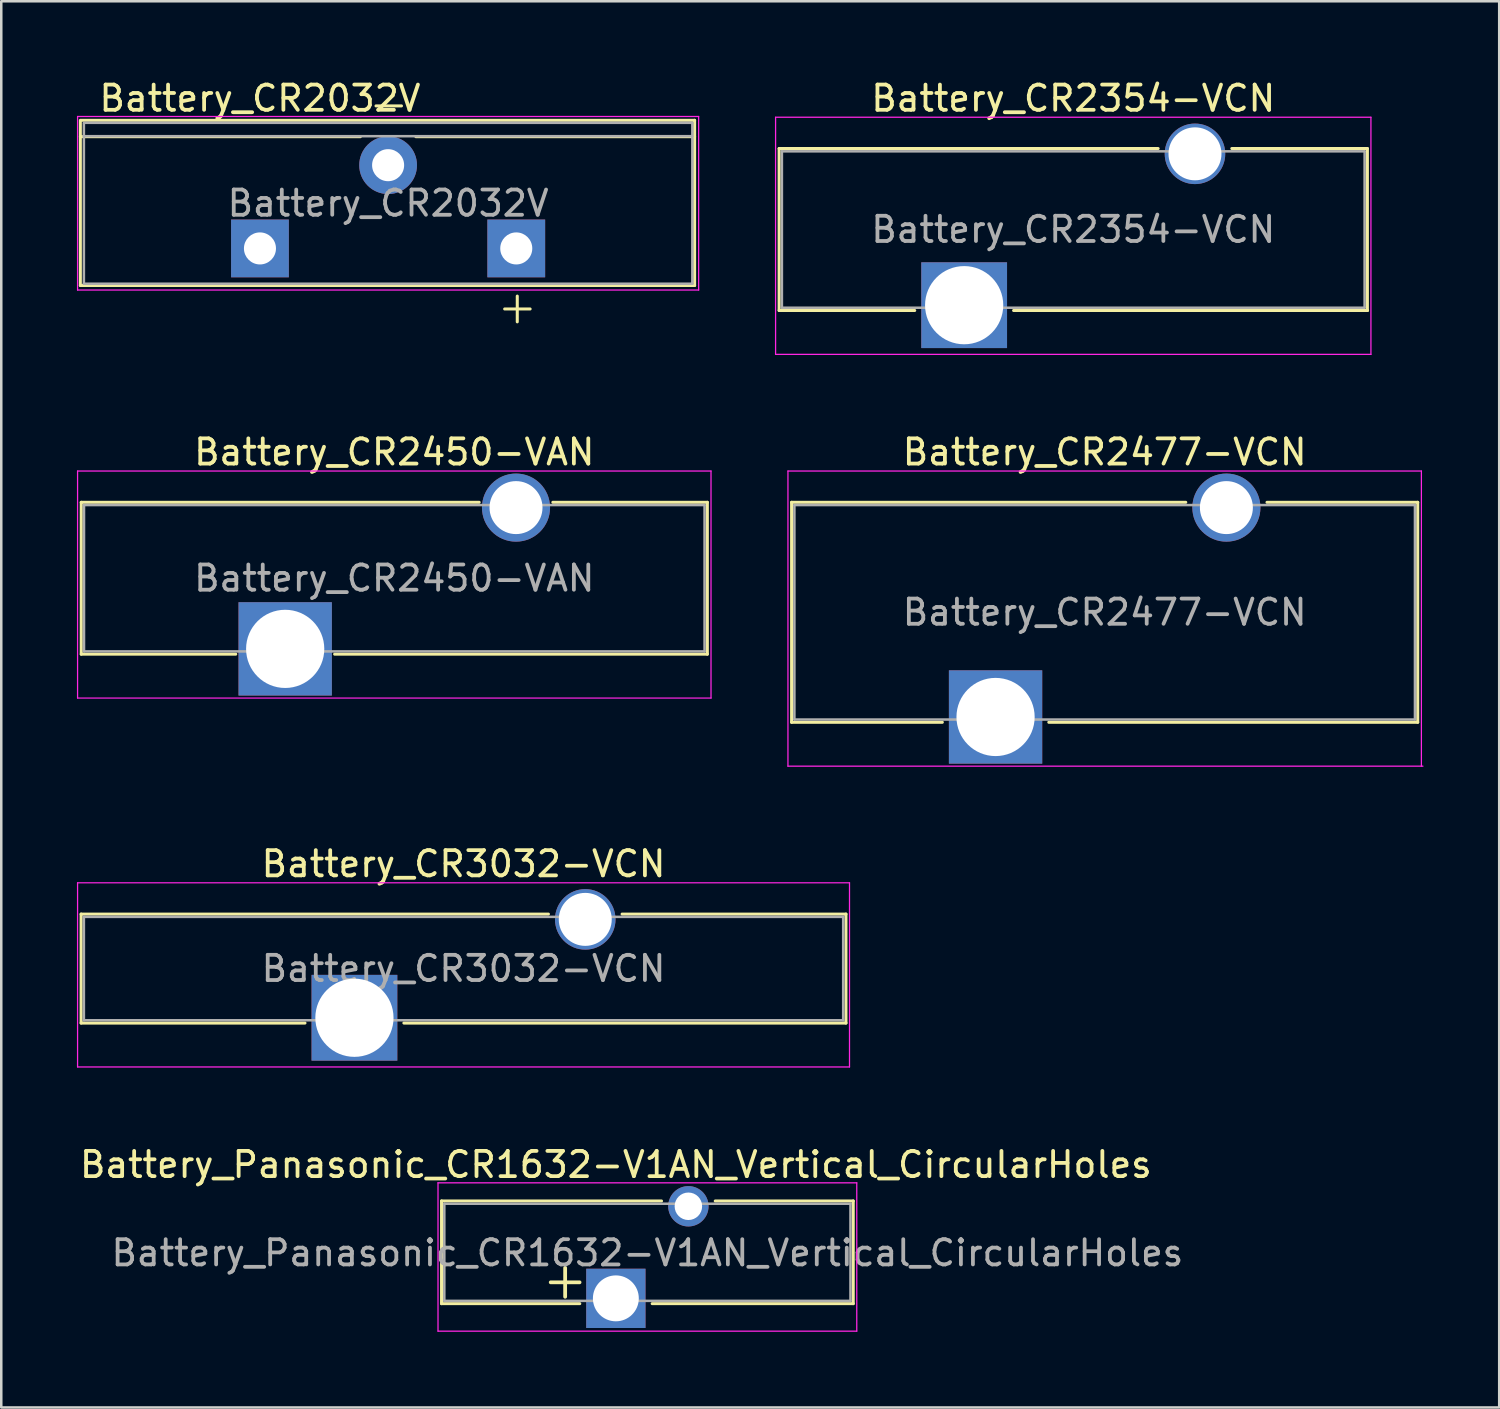
<source format=kicad_pcb>
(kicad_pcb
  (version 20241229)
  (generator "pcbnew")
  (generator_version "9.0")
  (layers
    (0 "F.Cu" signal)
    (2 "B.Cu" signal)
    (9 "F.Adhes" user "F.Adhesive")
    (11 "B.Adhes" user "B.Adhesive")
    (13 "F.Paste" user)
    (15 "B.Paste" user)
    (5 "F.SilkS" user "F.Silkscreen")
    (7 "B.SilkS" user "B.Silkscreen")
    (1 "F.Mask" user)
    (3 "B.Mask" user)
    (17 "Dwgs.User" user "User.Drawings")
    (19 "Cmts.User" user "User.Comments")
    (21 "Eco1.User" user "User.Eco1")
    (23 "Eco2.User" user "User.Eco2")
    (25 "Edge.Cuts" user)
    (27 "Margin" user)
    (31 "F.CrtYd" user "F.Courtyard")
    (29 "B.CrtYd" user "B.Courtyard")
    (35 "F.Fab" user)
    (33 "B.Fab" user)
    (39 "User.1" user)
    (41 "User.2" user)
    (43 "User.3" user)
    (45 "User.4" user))
  (footprint "Battery_CR2450-VAN"
    (layer "F.Cu")
    (at 8.255 22.672)
    (property "Reference" "Battery_CR2450-VAN" (at 4.325 -7.8 0) (layer "F.SilkS") (effects (font (size 1 1) (thickness 0.15))))
    (attr through_hole)
    (fp_line (start -8.085 -5.81) (end -8.085 0.21) (stroke (width 0.12) (type solid)) (layer "F.SilkS"))
    (fp_line (start -8.085 -5.81) (end 7.69 -5.81) (stroke (width 0.12) (type solid)) (layer "F.SilkS"))
    (fp_line (start -8.085 0.21) (end -1.96 0.21) (stroke (width 0.12) (type solid)) (layer "F.SilkS"))
    (fp_line (start 1.96 0.21) (end 16.735 0.21) (stroke (width 0.12) (type solid)) (layer "F.SilkS"))
    (fp_line (start 10.61 -5.81) (end 16.735 -5.81) (stroke (width 0.12) (type solid)) (layer "F.SilkS"))
    (fp_line (start 16.735 -5.81) (end 16.735 0.21) (stroke (width 0.12) (type solid)) (layer "F.SilkS"))
    (fp_line (start -8.23 -7.05) (end -8.23 1.95) (stroke (width 0.05) (type solid)) (layer "F.CrtYd"))
    (fp_line (start -8.23 -7.05) (end 16.88 -7.05) (stroke (width 0.05) (type solid)) (layer "F.CrtYd"))
    (fp_line (start -8.23 1.95) (end 16.88 1.95) (stroke (width 0.05) (type solid)) (layer "F.CrtYd"))
    (fp_line (start 16.88 -7.05) (end 16.88 1.95) (stroke (width 0.05) (type solid)) (layer "F.CrtYd"))
    (fp_line (start -7.975 -5.7) (end -7.975 0.1) (stroke (width 0.1) (type solid)) (layer "F.Fab"))
    (fp_line (start -7.975 -5.7) (end 16.625 -5.7) (stroke (width 0.1) (type solid)) (layer "F.Fab"))
    (fp_line (start -7.975 0.1) (end 16.625 0.1) (stroke (width 0.1) (type solid)) (layer "F.Fab"))
    (fp_line (start 16.625 -5.7) (end 16.625 0.1) (stroke (width 0.1) (type solid)) (layer "F.Fab"))
    (fp_text user "${REFERENCE}" (at 4.325 -2.8 180) (layer "F.Fab") (effects (font (size 1 1) (thickness 0.15))))
    (pad "1" thru_hole rect (at 0 0) (size 3.7 3.7) (drill 3.1) (layers "*.Cu" "*.Mask"))
    (pad "2" thru_hole circle (at 9.15 -5.6) (size 2.7 2.7) (drill 2.1) (layers "*.Cu" "*.Mask")))
  (footprint "Battery_CR2477-VCN"
    (layer "F.Cu")
    (at 36.415 25.372)
    (property "Reference" "Battery_CR2477-VCN" (at 4.325 -10.5 0) (layer "F.SilkS") (effects (font (size 1 1) (thickness 0.15))))
    (attr through_hole)
    (fp_line (start -8.085 -8.51) (end -8.085 0.21) (stroke (width 0.12) (type solid)) (layer "F.SilkS"))
    (fp_line (start -8.085 -8.51) (end 7.54 -8.51) (stroke (width 0.12) (type solid)) (layer "F.SilkS"))
    (fp_line (start -8.085 0.21) (end -2.11 0.21) (stroke (width 0.12) (type solid)) (layer "F.SilkS"))
    (fp_line (start 2.11 0.21) (end 16.735 0.21) (stroke (width 0.12) (type solid)) (layer "F.SilkS"))
    (fp_line (start 10.76 -8.51) (end 16.735 -8.51) (stroke (width 0.12) (type solid)) (layer "F.SilkS"))
    (fp_line (start 16.735 -8.51) (end 16.735 0.21) (stroke (width 0.12) (type solid)) (layer "F.SilkS"))
    (fp_line (start -8.23 -9.75) (end -8.23 1.95) (stroke (width 0.05) (type solid)) (layer "F.CrtYd"))
    (fp_line (start -8.23 -9.75) (end 16.88 -9.75) (stroke (width 0.05) (type solid)) (layer "F.CrtYd"))
    (fp_line (start -8.23 1.95) (end 16.94 1.95) (stroke (width 0.05) (type solid)) (layer "F.CrtYd"))
    (fp_line (start 16.88 -9.75) (end 16.88 1.95) (stroke (width 0.05) (type solid)) (layer "F.CrtYd"))
    (fp_line (start -7.975 -8.4) (end -7.975 0.1) (stroke (width 0.1) (type solid)) (layer "F.Fab"))
    (fp_line (start -7.975 -8.4) (end 16.625 -8.4) (stroke (width 0.1) (type solid)) (layer "F.Fab"))
    (fp_line (start -7.975 0.1) (end 16.625 0.1) (stroke (width 0.1) (type solid)) (layer "F.Fab"))
    (fp_line (start 16.625 -8.4) (end 16.625 0.1) (stroke (width 0.1) (type solid)) (layer "F.Fab"))
    (fp_text user "${REFERENCE}" (at 4.325 -4.15 180) (layer "F.Fab") (effects (font (size 1 1) (thickness 0.15))))
    (pad "1" thru_hole rect (at 0 0) (size 3.7 3.7) (drill 3.1) (layers "*.Cu" "*.Mask"))
    (pad "2" thru_hole circle (at 9.15 -8.3) (size 2.7 2.7) (drill 2.1) (layers "*.Cu" "*.Mask")))
  (footprint "Battery_Panasonic_CR1632-V1AN_Vertical_CircularHoles"
    (layer "F.Cu")
    (at 21.363 48.418)
    (property "Reference" "Battery_Panasonic_CR1632-V1AN_Vertical_CircularHoles" (at 0 -5.3 0) (layer "F.SilkS") (effects (font (size 1 1) (thickness 0.15))))
    (attr through_hole)
    (fp_line (start -6.91 -3.86) (end 1.81 -3.86) (stroke (width 0.12) (type solid)) (layer "F.SilkS"))
    (fp_line (start -6.91 0.21) (end -6.91 -3.86) (stroke (width 0.12) (type solid)) (layer "F.SilkS"))
    (fp_line (start -6.91 0.21) (end -1.43 0.21) (stroke (width 0.12) (type solid)) (layer "F.SilkS"))
    (fp_line (start 1.44 0.21) (end 9.41 0.21) (stroke (width 0.12) (type solid)) (layer "F.SilkS"))
    (fp_line (start 3.94 -3.86) (end 9.41 -3.86) (stroke (width 0.12) (type solid)) (layer "F.SilkS"))
    (fp_line (start 9.41 0.21) (end 9.41 -3.86) (stroke (width 0.12) (type solid)) (layer "F.SilkS"))
    (fp_line (start -7.05 -4.58) (end 9.55 -4.58) (stroke (width 0.05) (type solid)) (layer "F.CrtYd"))
    (fp_line (start -7.05 1.3) (end -7.05 -4.58) (stroke (width 0.05) (type solid)) (layer "F.CrtYd"))
    (fp_line (start -7.05 1.3) (end 9.55 1.3) (stroke (width 0.05) (type solid)) (layer "F.CrtYd"))
    (fp_line (start 9.55 1.3) (end 9.55 -4.58) (stroke (width 0.05) (type solid)) (layer "F.CrtYd"))
    (fp_line (start -6.8 -3.75) (end 9.3 -3.75) (stroke (width 0.1) (type solid)) (layer "F.Fab"))
    (fp_line (start -6.8 0.1) (end -6.8 -3.75) (stroke (width 0.1) (type solid)) (layer "F.Fab"))
    (fp_line (start -6.8 0.1) (end 9.3 0.1) (stroke (width 0.1) (type solid)) (layer "F.Fab"))
    (fp_line (start 9.3 0.1) (end 9.3 -3.75) (stroke (width 0.1) (type solid)) (layer "F.Fab"))
    (fp_text user "+" (at -2.01 -0.75 0) (layer "F.SilkS") (effects (font (size 1.5 1.5) (thickness 0.15))))
    (fp_text user "${REFERENCE}" (at 1.25 -1.8 180) (layer "F.Fab") (effects (font (size 1 1) (thickness 0.15))))
    (pad "1" thru_hole rect (at 0 0 90) (size 2.35 2.35) (drill 1.82) (layers "*.Cu" "*.Mask"))
    (pad "2" thru_hole circle (at 2.875 -3.65) (size 1.6 1.6) (drill 1.09) (layers "*.Cu" "*.Mask")))
  (footprint "Battery_CR2354-VCN"
    (layer "F.Cu")
    (at 35.17 9.048)
    (property "Reference" "Battery_CR2354-VCN" (at 4.325 -8.2 0) (layer "F.SilkS") (effects (font (size 1 1) (thickness 0.15))))
    (attr through_hole)
    (fp_line (start -7.335 -6.21) (end -7.335 0.21) (stroke (width 0.12) (type solid)) (layer "F.SilkS"))
    (fp_line (start -7.335 -6.21) (end 7.69 -6.21) (stroke (width 0.12) (type solid)) (layer "F.SilkS"))
    (fp_line (start -7.335 0.21) (end -1.96 0.21) (stroke (width 0.12) (type solid)) (layer "F.SilkS"))
    (fp_line (start 1.96 0.21) (end 15.992 0.21) (stroke (width 0.12) (type solid)) (layer "F.SilkS"))
    (fp_line (start 10.61 -6.21) (end 15.985 -6.21) (stroke (width 0.12) (type solid)) (layer "F.SilkS"))
    (fp_line (start 15.985 -6.21) (end 15.985 0.21) (stroke (width 0.12) (type solid)) (layer "F.SilkS"))
    (fp_line (start -7.475 -7.45) (end -7.475 1.95) (stroke (width 0.05) (type solid)) (layer "F.CrtYd"))
    (fp_line (start -7.475 -7.45) (end 16.125 -7.45) (stroke (width 0.05) (type solid)) (layer "F.CrtYd"))
    (fp_line (start -7.475 1.95) (end 16.125 1.95) (stroke (width 0.05) (type solid)) (layer "F.CrtYd"))
    (fp_line (start 16.125 -7.45) (end 16.125 1.95) (stroke (width 0.05) (type solid)) (layer "F.CrtYd"))
    (fp_line (start -7.225 -6.1) (end -7.225 0.1) (stroke (width 0.1) (type solid)) (layer "F.Fab"))
    (fp_line (start -7.225 -6.1) (end 15.875 -6.1) (stroke (width 0.1) (type solid)) (layer "F.Fab"))
    (fp_line (start -7.225 0.1) (end 15.875 0.1) (stroke (width 0.1) (type solid)) (layer "F.Fab"))
    (fp_line (start 15.875 -6.1) (end 15.875 0.1) (stroke (width 0.1) (type solid)) (layer "F.Fab"))
    (fp_text user "${REFERENCE}" (at 4.325 -3 180) (layer "F.Fab") (effects (font (size 1 1) (thickness 0.15))))
    (pad "1" thru_hole rect (at 0 0) (size 3.4 3.4) (drill 3.1) (layers "*.Cu" "*.Mask"))
    (pad "2" thru_hole circle (at 9.15 -6) (size 2.4 2.4) (drill 2.1) (layers "*.Cu" "*.Mask")))
  (footprint "Battery_CR2032V"
    (layer "F.Cu")
    (at 7.255 6.798)
    (property "Reference" "Battery_CR2032V" (at 0 -5.95 0) (layer "F.SilkS") (effects (font (size 1 1) (thickness 0.15))))
    (attr through_hole)
    (fp_line (start -7.12 -4.43) (end 3.98 -4.43) (stroke (width 0.12) (type solid)) (layer "F.SilkS"))
    (fp_line (start -7.12 1.47) (end -7.12 -5.08) (stroke (width 0.12) (type solid)) (layer "F.SilkS"))
    (fp_line (start -7.07 -5.08) (end 17.23 -5.08) (stroke (width 0.12) (type solid)) (layer "F.SilkS"))
    (fp_line (start 4.6 -5.65) (end 5.61 -5.65) (stroke (width 0.12) (type solid)) (layer "F.SilkS"))
    (fp_line (start 6.18 -4.43) (end 17.23 -4.43) (stroke (width 0.12) (type solid)) (layer "F.SilkS"))
    (fp_line (start 9.7 2.4) (end 10.71 2.4) (stroke (width 0.12) (type solid)) (layer "F.SilkS"))
    (fp_line (start 10.2 2.91) (end 10.2 1.89) (stroke (width 0.12) (type solid)) (layer "F.SilkS"))
    (fp_line (start 17.23 -5.08) (end 17.23 1.47) (stroke (width 0.12) (type solid)) (layer "F.SilkS"))
    (fp_line (start 17.23 1.47) (end -7.12 1.47) (stroke (width 0.12) (type solid)) (layer "F.SilkS"))
    (fp_line (start -7.23 -5.23) (end -7.23 1.65) (stroke (width 0.05) (type solid)) (layer "F.CrtYd"))
    (fp_line (start -7.23 -5.23) (end 17.39 -5.23) (stroke (width 0.05) (type solid)) (layer "F.CrtYd"))
    (fp_line (start 17.39 1.65) (end -7.23 1.65) (stroke (width 0.05) (type solid)) (layer "F.CrtYd"))
    (fp_line (start 17.39 1.65) (end 17.39 -5.23) (stroke (width 0.05) (type solid)) (layer "F.CrtYd"))
    (fp_line (start -6.98 -4.98) (end 17.14 -4.98) (stroke (width 0.1) (type solid)) (layer "F.Fab"))
    (fp_line (start -6.98 -4.95) (end -6.98 1.4) (stroke (width 0.1) (type solid)) (layer "F.Fab"))
    (fp_line (start -6.98 1.4) (end 17.14 1.4) (stroke (width 0.1) (type solid)) (layer "F.Fab"))
    (fp_line (start 17.14 -4.45) (end -6.98 -4.45) (stroke (width 0.1) (type solid)) (layer "F.Fab"))
    (fp_line (start 17.14 1.4) (end 17.14 -4.95) (stroke (width 0.1) (type solid)) (layer "F.Fab"))
    (fp_text user "${REFERENCE}" (at 5.08 -1.79 0) (layer "F.Fab") (effects (font (size 1 1) (thickness 0.15))))
    (pad "1" thru_hole rect (at 0 0) (size 2.29 2.29) (drill 1.27) (layers "*.Cu" "*.Mask"))
    (pad "1" thru_hole rect (at 10.16 0) (size 2.29 2.29) (drill 1.27) (layers "*.Cu" "*.Mask"))
    (pad "2" thru_hole circle (at 5.08 -3.3) (size 2.29 2.29) (drill 1.27) (layers "*.Cu" "*.Mask")))
  (footprint "Battery_CR3032-VCN"
    (layer "F.Cu")
    (at 11 37.295)
    (property "Reference" "Battery_CR3032-VCN" (at 4.325 -6.1 0) (layer "F.SilkS") (effects (font (size 1 1) (thickness 0.15))))
    (attr through_hole)
    (fp_line (start -10.835 -4.11) (end -10.835 0.21) (stroke (width 0.12) (type solid)) (layer "F.SilkS"))
    (fp_line (start -10.835 -4.11) (end 7.69 -4.11) (stroke (width 0.12) (type solid)) (layer "F.SilkS"))
    (fp_line (start -10.835 0.21) (end -1.96 0.21) (stroke (width 0.12) (type solid)) (layer "F.SilkS"))
    (fp_line (start 1.96 0.21) (end 19.485 0.21) (stroke (width 0.12) (type solid)) (layer "F.SilkS"))
    (fp_line (start 10.61 -4.11) (end 19.485 -4.11) (stroke (width 0.12) (type solid)) (layer "F.SilkS"))
    (fp_line (start 19.485 -4.11) (end 19.485 0.21) (stroke (width 0.12) (type solid)) (layer "F.SilkS"))
    (fp_line (start -10.975 -5.35) (end -10.975 1.95) (stroke (width 0.05) (type solid)) (layer "F.CrtYd"))
    (fp_line (start -10.975 -5.35) (end 19.625 -5.35) (stroke (width 0.05) (type solid)) (layer "F.CrtYd"))
    (fp_line (start -10.975 1.95) (end 19.625 1.95) (stroke (width 0.05) (type solid)) (layer "F.CrtYd"))
    (fp_line (start 19.625 -5.35) (end 19.625 1.95) (stroke (width 0.05) (type solid)) (layer "F.CrtYd"))
    (fp_line (start -10.725 -4) (end -10.725 0.1) (stroke (width 0.1) (type solid)) (layer "F.Fab"))
    (fp_line (start -10.725 -4) (end 19.375 -4) (stroke (width 0.1) (type solid)) (layer "F.Fab"))
    (fp_line (start -10.725 0.1) (end 19.375 0.1) (stroke (width 0.1) (type solid)) (layer "F.Fab"))
    (fp_line (start 19.375 -4) (end 19.375 0.1) (stroke (width 0.1) (type solid)) (layer "F.Fab"))
    (fp_text user "${REFERENCE}" (at 4.325 -1.95 180) (layer "F.Fab") (effects (font (size 1 1) (thickness 0.15))))
    (pad "1" thru_hole rect (at 0 0) (size 3.4 3.4) (drill 3.1) (layers "*.Cu" "*.Mask"))
    (pad "2" thru_hole circle (at 9.15 -3.9) (size 2.4 2.4) (drill 2.1) (layers "*.Cu" "*.Mask")))
  (gr_rect
    (start -3 -3)
    (end 56.38 52.743)
    (stroke (width 0.1) (type default))
    (fill no)
    (layer "Edge.Cuts")))
</source>
